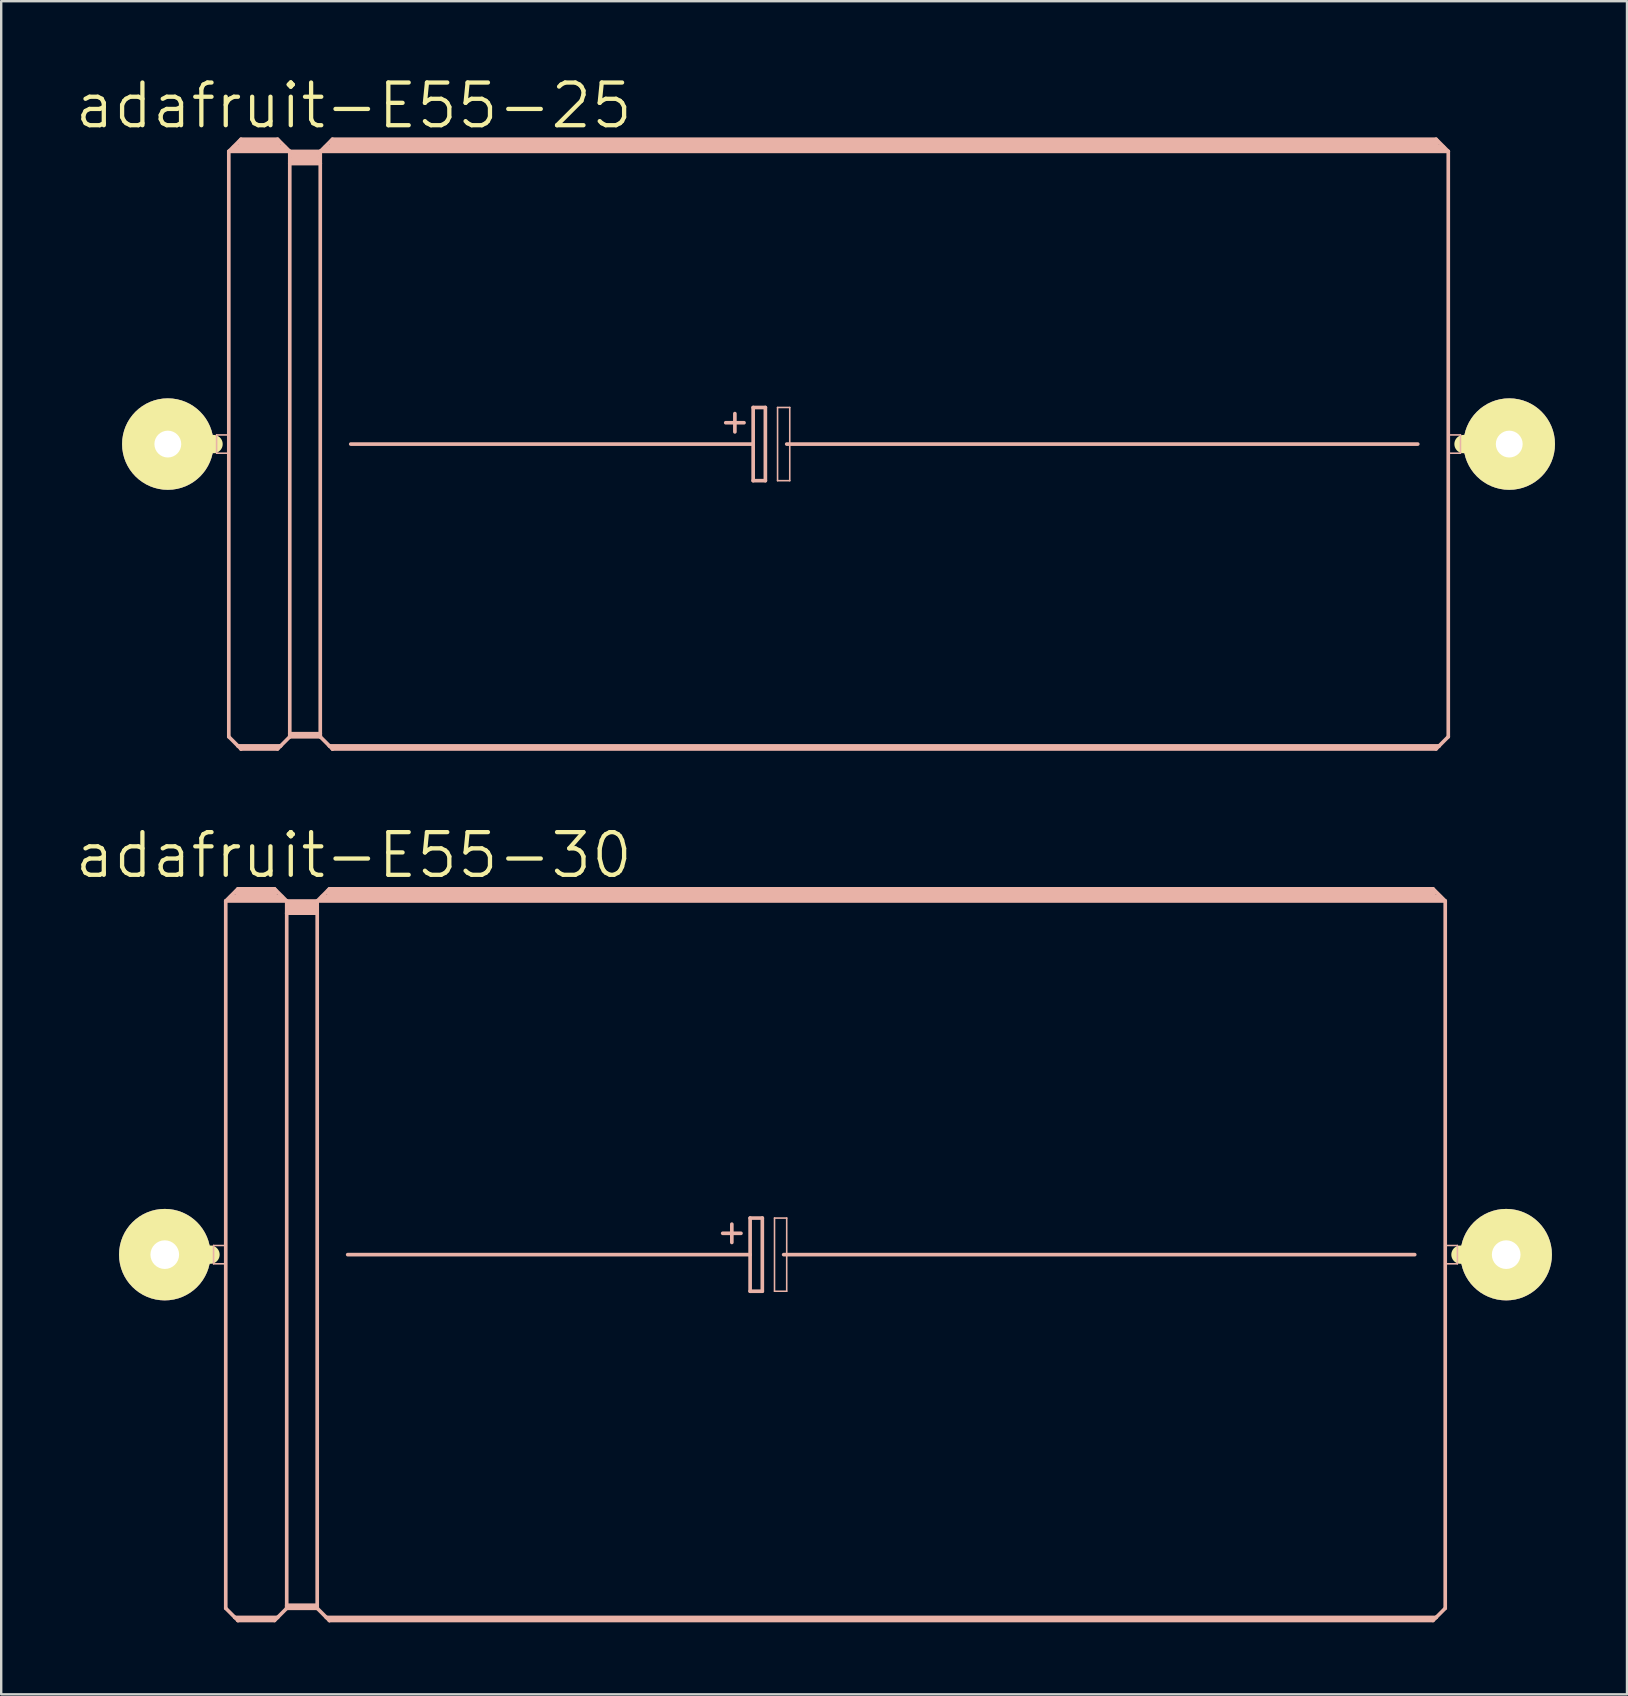
<source format=kicad_pcb>
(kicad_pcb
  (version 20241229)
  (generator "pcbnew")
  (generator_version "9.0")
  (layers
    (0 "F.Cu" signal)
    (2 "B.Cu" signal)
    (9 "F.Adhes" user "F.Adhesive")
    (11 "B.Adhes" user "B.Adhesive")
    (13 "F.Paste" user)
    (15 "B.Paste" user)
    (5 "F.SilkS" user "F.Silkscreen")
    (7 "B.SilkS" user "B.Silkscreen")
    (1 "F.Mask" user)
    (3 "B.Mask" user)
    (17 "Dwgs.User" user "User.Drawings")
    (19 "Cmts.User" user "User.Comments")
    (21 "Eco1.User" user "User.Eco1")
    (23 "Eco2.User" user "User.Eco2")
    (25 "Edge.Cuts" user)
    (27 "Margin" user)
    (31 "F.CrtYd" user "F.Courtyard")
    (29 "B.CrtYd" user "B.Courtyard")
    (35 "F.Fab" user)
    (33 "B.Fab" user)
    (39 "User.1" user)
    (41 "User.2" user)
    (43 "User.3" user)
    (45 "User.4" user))
  (footprint "adafruit-E55-30"
    (layer "F.Cu")
    (at 31.754 49.215)
    (property "Reference" "adafruit-E55-30" (at -20.066 -16.637 0) (layer "F.SilkS") (effects (font (size 1.778 1.778) (thickness 0.178))))
    (attr exclude_from_pos_files exclude_from_bom)
    (fp_line (start -27.94 0) (end -26.035 0) (stroke (width 0.762) (type solid)) (layer "F.SilkS"))
    (fp_line (start 27.94 0) (end 26.035 0) (stroke (width 0.762) (type solid)) (layer "F.SilkS"))
    (fp_line (start -25.908 -0.381) (end -25.4 -0.381) (stroke (width 0.066) (type solid)) (layer "B.SilkS"))
    (fp_line (start -25.908 0.381) (end -25.908 -0.381) (stroke (width 0.066) (type solid)) (layer "B.SilkS"))
    (fp_line (start -25.908 0.381) (end -25.4 0.381) (stroke (width 0.066) (type solid)) (layer "B.SilkS"))
    (fp_line (start -25.4 -14.732) (end -25.4 14.732) (stroke (width 0.152) (type solid)) (layer "B.SilkS"))
    (fp_line (start -25.4 -14.732) (end -24.892 -15.24) (stroke (width 0.152) (type solid)) (layer "B.SilkS"))
    (fp_line (start -25.4 -14.732) (end -22.86 -14.732) (stroke (width 0.152) (type solid)) (layer "B.SilkS"))
    (fp_line (start -25.4 0.381) (end -25.4 -0.381) (stroke (width 0.066) (type solid)) (layer "B.SilkS"))
    (fp_line (start -25.4 14.732) (end -25.019 15.113) (stroke (width 0.152) (type solid)) (layer "B.SilkS"))
    (fp_line (start -25.146 -14.859) (end -23.114 -14.859) (stroke (width 0.305) (type solid)) (layer "B.SilkS"))
    (fp_line (start -25.019 15.113) (end -24.892 15.24) (stroke (width 0.152) (type solid)) (layer "B.SilkS"))
    (fp_line (start -25.019 15.113) (end -23.241 15.113) (stroke (width 0.152) (type solid)) (layer "B.SilkS"))
    (fp_line (start -24.892 -15.24) (end -23.368 -15.24) (stroke (width 0.152) (type solid)) (layer "B.SilkS"))
    (fp_line (start -24.892 -15.113) (end -23.368 -15.113) (stroke (width 0.305) (type solid)) (layer "B.SilkS"))
    (fp_line (start -24.892 15.189) (end -23.368 15.189) (stroke (width 0.152) (type solid)) (layer "B.SilkS"))
    (fp_line (start -24.892 15.24) (end -24.892 15.189) (stroke (width 0.152) (type solid)) (layer "B.SilkS"))
    (fp_line (start -24.892 15.24) (end -23.368 15.24) (stroke (width 0.152) (type solid)) (layer "B.SilkS"))
    (fp_line (start -23.368 -15.24) (end -22.86 -14.732) (stroke (width 0.152) (type solid)) (layer "B.SilkS"))
    (fp_line (start -23.368 15.24) (end -23.241 15.113) (stroke (width 0.152) (type solid)) (layer "B.SilkS"))
    (fp_line (start -23.241 15.113) (end -22.86 14.732) (stroke (width 0.152) (type solid)) (layer "B.SilkS"))
    (fp_line (start -22.86 -14.732) (end -21.59 -14.732) (stroke (width 0.152) (type solid)) (layer "B.SilkS"))
    (fp_line (start -22.86 -14.224) (end -22.86 -14.732) (stroke (width 0.152) (type solid)) (layer "B.SilkS"))
    (fp_line (start -22.86 -14.224) (end -21.59 -14.224) (stroke (width 0.152) (type solid)) (layer "B.SilkS"))
    (fp_line (start -22.86 14.605) (end -22.86 -14.224) (stroke (width 0.152) (type solid)) (layer "B.SilkS"))
    (fp_line (start -22.86 14.605) (end -21.59 14.605) (stroke (width 0.152) (type solid)) (layer "B.SilkS"))
    (fp_line (start -22.86 14.681) (end -22.86 14.605) (stroke (width 0.152) (type solid)) (layer "B.SilkS"))
    (fp_line (start -22.86 14.681) (end -21.59 14.681) (stroke (width 0.152) (type solid)) (layer "B.SilkS"))
    (fp_line (start -22.86 14.732) (end -22.86 14.681) (stroke (width 0.152) (type solid)) (layer "B.SilkS"))
    (fp_line (start -22.86 14.732) (end -21.59 14.732) (stroke (width 0.152) (type solid)) (layer "B.SilkS"))
    (fp_line (start -22.733 -14.605) (end -21.717 -14.605) (stroke (width 0.305) (type solid)) (layer "B.SilkS"))
    (fp_line (start -22.733 -14.348) (end -21.717 -14.348) (stroke (width 0.305) (type solid)) (layer "B.SilkS"))
    (fp_line (start -21.59 -14.732) (end -21.082 -15.24) (stroke (width 0.152) (type solid)) (layer "B.SilkS"))
    (fp_line (start -21.59 -14.732) (end 25.4 -14.732) (stroke (width 0.152) (type solid)) (layer "B.SilkS"))
    (fp_line (start -21.59 -14.224) (end -21.59 -14.732) (stroke (width 0.152) (type solid)) (layer "B.SilkS"))
    (fp_line (start -21.59 14.605) (end -21.59 -14.224) (stroke (width 0.152) (type solid)) (layer "B.SilkS"))
    (fp_line (start -21.59 14.681) (end -21.59 14.605) (stroke (width 0.152) (type solid)) (layer "B.SilkS"))
    (fp_line (start -21.59 14.732) (end -21.59 14.681) (stroke (width 0.152) (type solid)) (layer "B.SilkS"))
    (fp_line (start -21.59 14.732) (end -21.209 15.113) (stroke (width 0.152) (type solid)) (layer "B.SilkS"))
    (fp_line (start -21.336 -14.859) (end 25.146 -14.859) (stroke (width 0.305) (type solid)) (layer "B.SilkS"))
    (fp_line (start -21.209 15.113) (end -21.082 15.24) (stroke (width 0.152) (type solid)) (layer "B.SilkS"))
    (fp_line (start -21.209 15.113) (end 25.019 15.113) (stroke (width 0.152) (type solid)) (layer "B.SilkS"))
    (fp_line (start -21.082 -15.24) (end 24.892 -15.24) (stroke (width 0.152) (type solid)) (layer "B.SilkS"))
    (fp_line (start -21.082 -15.113) (end 24.892 -15.113) (stroke (width 0.305) (type solid)) (layer "B.SilkS"))
    (fp_line (start -21.082 15.189) (end 24.892 15.189) (stroke (width 0.152) (type solid)) (layer "B.SilkS"))
    (fp_line (start -21.082 15.24) (end -21.082 15.189) (stroke (width 0.152) (type solid)) (layer "B.SilkS"))
    (fp_line (start -21.082 15.24) (end 24.892 15.24) (stroke (width 0.152) (type solid)) (layer "B.SilkS"))
    (fp_line (start -20.32 0) (end -3.556 0) (stroke (width 0.152) (type solid)) (layer "B.SilkS"))
    (fp_line (start -4.699 -0.889) (end -3.937 -0.889) (stroke (width 0.152) (type solid)) (layer "B.SilkS"))
    (fp_line (start -4.318 -1.27) (end -4.318 -0.508) (stroke (width 0.152) (type solid)) (layer "B.SilkS"))
    (fp_line (start -3.556 -1.524) (end -3.556 0) (stroke (width 0.152) (type solid)) (layer "B.SilkS"))
    (fp_line (start -3.556 0) (end -3.556 1.524) (stroke (width 0.152) (type solid)) (layer "B.SilkS"))
    (fp_line (start -3.556 1.524) (end -3.048 1.524) (stroke (width 0.152) (type solid)) (layer "B.SilkS"))
    (fp_line (start -3.048 -1.524) (end -3.556 -1.524) (stroke (width 0.152) (type solid)) (layer "B.SilkS"))
    (fp_line (start -3.048 1.524) (end -3.048 -1.524) (stroke (width 0.152) (type solid)) (layer "B.SilkS"))
    (fp_line (start -2.54 -1.524) (end -2.032 -1.524) (stroke (width 0.066) (type solid)) (layer "B.SilkS"))
    (fp_line (start -2.54 1.524) (end -2.54 -1.524) (stroke (width 0.066) (type solid)) (layer "B.SilkS"))
    (fp_line (start -2.54 1.524) (end -2.032 1.524) (stroke (width 0.066) (type solid)) (layer "B.SilkS"))
    (fp_line (start -2.159 0) (end 24.13 0) (stroke (width 0.152) (type solid)) (layer "B.SilkS"))
    (fp_line (start -2.032 1.524) (end -2.032 -1.524) (stroke (width 0.066) (type solid)) (layer "B.SilkS"))
    (fp_line (start 24.892 -15.24) (end 25.4 -14.732) (stroke (width 0.152) (type solid)) (layer "B.SilkS"))
    (fp_line (start 24.892 15.24) (end 25.019 15.113) (stroke (width 0.152) (type solid)) (layer "B.SilkS"))
    (fp_line (start 25.019 15.113) (end 25.4 14.732) (stroke (width 0.152) (type solid)) (layer "B.SilkS"))
    (fp_line (start 25.4 -14.732) (end 25.4 14.732) (stroke (width 0.152) (type solid)) (layer "B.SilkS"))
    (fp_line (start 25.4 -0.381) (end 25.908 -0.381) (stroke (width 0.066) (type solid)) (layer "B.SilkS"))
    (fp_line (start 25.4 0.381) (end 25.4 -0.381) (stroke (width 0.066) (type solid)) (layer "B.SilkS"))
    (fp_line (start 25.4 0.381) (end 25.908 0.381) (stroke (width 0.066) (type solid)) (layer "B.SilkS"))
    (fp_line (start 25.908 0.381) (end 25.908 -0.381) (stroke (width 0.066) (type solid)) (layer "B.SilkS"))
    (pad "+" thru_hole circle (at -27.94 0) (size 3.81 3.81) (drill 1.194) (layers "*.Cu" "F.Mask" "F.SilkS" "F.Paste"))
    (pad "-" thru_hole circle (at 27.94 0) (size 3.81 3.81) (drill 1.194) (layers "*.Cu" "F.Mask" "F.SilkS" "F.Paste")))
  (footprint "adafruit-E55-25"
    (layer "F.Cu")
    (at 31.881 15.449)
    (property "Reference" "adafruit-E55-25" (at -20.193 -14.097 0) (layer "F.SilkS") (effects (font (size 1.778 1.778) (thickness 0.178))))
    (attr exclude_from_pos_files exclude_from_bom)
    (fp_line (start -27.94 0) (end -26.035 0) (stroke (width 0.762) (type solid)) (layer "F.SilkS"))
    (fp_line (start 27.94 0) (end 26.035 0) (stroke (width 0.762) (type solid)) (layer "F.SilkS"))
    (fp_line (start -25.908 -0.381) (end -25.4 -0.381) (stroke (width 0.066) (type solid)) (layer "B.SilkS"))
    (fp_line (start -25.908 0.381) (end -25.908 -0.381) (stroke (width 0.066) (type solid)) (layer "B.SilkS"))
    (fp_line (start -25.908 0.381) (end -25.4 0.381) (stroke (width 0.066) (type solid)) (layer "B.SilkS"))
    (fp_line (start -25.4 -12.192) (end -25.4 12.192) (stroke (width 0.152) (type solid)) (layer "B.SilkS"))
    (fp_line (start -25.4 -12.192) (end -24.892 -12.7) (stroke (width 0.152) (type solid)) (layer "B.SilkS"))
    (fp_line (start -25.4 -12.192) (end -22.86 -12.192) (stroke (width 0.152) (type solid)) (layer "B.SilkS"))
    (fp_line (start -25.4 0.381) (end -25.4 -0.381) (stroke (width 0.066) (type solid)) (layer "B.SilkS"))
    (fp_line (start -25.4 12.192) (end -25.019 12.573) (stroke (width 0.152) (type solid)) (layer "B.SilkS"))
    (fp_line (start -25.146 -12.319) (end -23.114 -12.319) (stroke (width 0.305) (type solid)) (layer "B.SilkS"))
    (fp_line (start -25.019 12.573) (end -24.892 12.7) (stroke (width 0.152) (type solid)) (layer "B.SilkS"))
    (fp_line (start -25.019 12.573) (end -23.241 12.573) (stroke (width 0.152) (type solid)) (layer "B.SilkS"))
    (fp_line (start -24.892 -12.7) (end -23.368 -12.7) (stroke (width 0.152) (type solid)) (layer "B.SilkS"))
    (fp_line (start -24.892 -12.573) (end -23.368 -12.573) (stroke (width 0.305) (type solid)) (layer "B.SilkS"))
    (fp_line (start -24.892 12.649) (end -23.368 12.649) (stroke (width 0.152) (type solid)) (layer "B.SilkS"))
    (fp_line (start -24.892 12.7) (end -24.892 12.649) (stroke (width 0.152) (type solid)) (layer "B.SilkS"))
    (fp_line (start -24.892 12.7) (end -23.368 12.7) (stroke (width 0.152) (type solid)) (layer "B.SilkS"))
    (fp_line (start -23.368 -12.7) (end -22.86 -12.192) (stroke (width 0.152) (type solid)) (layer "B.SilkS"))
    (fp_line (start -23.368 12.7) (end -23.241 12.573) (stroke (width 0.152) (type solid)) (layer "B.SilkS"))
    (fp_line (start -23.241 12.573) (end -22.86 12.192) (stroke (width 0.152) (type solid)) (layer "B.SilkS"))
    (fp_line (start -22.86 -12.192) (end -21.59 -12.192) (stroke (width 0.152) (type solid)) (layer "B.SilkS"))
    (fp_line (start -22.86 -11.684) (end -22.86 -12.192) (stroke (width 0.152) (type solid)) (layer "B.SilkS"))
    (fp_line (start -22.86 -11.684) (end -21.59 -11.684) (stroke (width 0.152) (type solid)) (layer "B.SilkS"))
    (fp_line (start -22.86 12.065) (end -22.86 -11.684) (stroke (width 0.152) (type solid)) (layer "B.SilkS"))
    (fp_line (start -22.86 12.065) (end -21.59 12.065) (stroke (width 0.152) (type solid)) (layer "B.SilkS"))
    (fp_line (start -22.86 12.141) (end -22.86 12.065) (stroke (width 0.152) (type solid)) (layer "B.SilkS"))
    (fp_line (start -22.86 12.141) (end -21.59 12.141) (stroke (width 0.152) (type solid)) (layer "B.SilkS"))
    (fp_line (start -22.86 12.192) (end -22.86 12.141) (stroke (width 0.152) (type solid)) (layer "B.SilkS"))
    (fp_line (start -22.86 12.192) (end -21.59 12.192) (stroke (width 0.152) (type solid)) (layer "B.SilkS"))
    (fp_line (start -22.733 -12.065) (end -21.717 -12.065) (stroke (width 0.305) (type solid)) (layer "B.SilkS"))
    (fp_line (start -22.733 -11.811) (end -21.717 -11.811) (stroke (width 0.305) (type solid)) (layer "B.SilkS"))
    (fp_line (start -21.59 -12.192) (end -21.082 -12.7) (stroke (width 0.152) (type solid)) (layer "B.SilkS"))
    (fp_line (start -21.59 -12.192) (end 25.4 -12.192) (stroke (width 0.152) (type solid)) (layer "B.SilkS"))
    (fp_line (start -21.59 -11.684) (end -21.59 -12.192) (stroke (width 0.152) (type solid)) (layer "B.SilkS"))
    (fp_line (start -21.59 12.065) (end -21.59 -11.684) (stroke (width 0.152) (type solid)) (layer "B.SilkS"))
    (fp_line (start -21.59 12.141) (end -21.59 12.065) (stroke (width 0.152) (type solid)) (layer "B.SilkS"))
    (fp_line (start -21.59 12.192) (end -21.59 12.141) (stroke (width 0.152) (type solid)) (layer "B.SilkS"))
    (fp_line (start -21.59 12.192) (end -21.209 12.573) (stroke (width 0.152) (type solid)) (layer "B.SilkS"))
    (fp_line (start -21.336 -12.319) (end 25.146 -12.319) (stroke (width 0.305) (type solid)) (layer "B.SilkS"))
    (fp_line (start -21.209 12.573) (end -21.082 12.7) (stroke (width 0.152) (type solid)) (layer "B.SilkS"))
    (fp_line (start -21.209 12.573) (end 25.019 12.573) (stroke (width 0.152) (type solid)) (layer "B.SilkS"))
    (fp_line (start -21.082 -12.7) (end 24.892 -12.7) (stroke (width 0.152) (type solid)) (layer "B.SilkS"))
    (fp_line (start -21.082 -12.573) (end 24.892 -12.573) (stroke (width 0.305) (type solid)) (layer "B.SilkS"))
    (fp_line (start -21.082 12.649) (end 24.892 12.649) (stroke (width 0.152) (type solid)) (layer "B.SilkS"))
    (fp_line (start -21.082 12.7) (end -21.082 12.649) (stroke (width 0.152) (type solid)) (layer "B.SilkS"))
    (fp_line (start -21.082 12.7) (end 24.892 12.7) (stroke (width 0.152) (type solid)) (layer "B.SilkS"))
    (fp_line (start -20.32 0) (end -3.556 0) (stroke (width 0.152) (type solid)) (layer "B.SilkS"))
    (fp_line (start -4.699 -0.889) (end -3.937 -0.889) (stroke (width 0.152) (type solid)) (layer "B.SilkS"))
    (fp_line (start -4.318 -1.27) (end -4.318 -0.508) (stroke (width 0.152) (type solid)) (layer "B.SilkS"))
    (fp_line (start -3.556 -1.524) (end -3.556 0) (stroke (width 0.152) (type solid)) (layer "B.SilkS"))
    (fp_line (start -3.556 0) (end -3.556 1.524) (stroke (width 0.152) (type solid)) (layer "B.SilkS"))
    (fp_line (start -3.556 1.524) (end -3.048 1.524) (stroke (width 0.152) (type solid)) (layer "B.SilkS"))
    (fp_line (start -3.048 -1.524) (end -3.556 -1.524) (stroke (width 0.152) (type solid)) (layer "B.SilkS"))
    (fp_line (start -3.048 1.524) (end -3.048 -1.524) (stroke (width 0.152) (type solid)) (layer "B.SilkS"))
    (fp_line (start -2.54 -1.524) (end -2.032 -1.524) (stroke (width 0.066) (type solid)) (layer "B.SilkS"))
    (fp_line (start -2.54 1.524) (end -2.54 -1.524) (stroke (width 0.066) (type solid)) (layer "B.SilkS"))
    (fp_line (start -2.54 1.524) (end -2.032 1.524) (stroke (width 0.066) (type solid)) (layer "B.SilkS"))
    (fp_line (start -2.159 0) (end 24.13 0) (stroke (width 0.152) (type solid)) (layer "B.SilkS"))
    (fp_line (start -2.032 1.524) (end -2.032 -1.524) (stroke (width 0.066) (type solid)) (layer "B.SilkS"))
    (fp_line (start 24.892 -12.7) (end 25.4 -12.192) (stroke (width 0.152) (type solid)) (layer "B.SilkS"))
    (fp_line (start 24.892 12.7) (end 25.019 12.573) (stroke (width 0.152) (type solid)) (layer "B.SilkS"))
    (fp_line (start 25.019 12.573) (end 25.4 12.192) (stroke (width 0.152) (type solid)) (layer "B.SilkS"))
    (fp_line (start 25.4 -12.192) (end 25.4 12.192) (stroke (width 0.152) (type solid)) (layer "B.SilkS"))
    (fp_line (start 25.4 -0.381) (end 25.908 -0.381) (stroke (width 0.066) (type solid)) (layer "B.SilkS"))
    (fp_line (start 25.4 0.381) (end 25.4 -0.381) (stroke (width 0.066) (type solid)) (layer "B.SilkS"))
    (fp_line (start 25.4 0.381) (end 25.908 0.381) (stroke (width 0.066) (type solid)) (layer "B.SilkS"))
    (fp_line (start 25.908 0.381) (end 25.908 -0.381) (stroke (width 0.066) (type solid)) (layer "B.SilkS"))
    (pad "+" thru_hole circle (at -27.94 0) (size 3.81 3.81) (drill 1.118) (layers "*.Cu" "F.Mask" "F.SilkS" "F.Paste"))
    (pad "-" thru_hole circle (at 27.94 0) (size 3.81 3.81) (drill 1.118) (layers "*.Cu" "F.Mask" "F.SilkS" "F.Paste")))
  (gr_rect
    (start -3 -3)
    (end 64.726 67.531)
    (stroke (width 0.1) (type default))
    (fill no)
    (layer "Edge.Cuts")))
</source>
